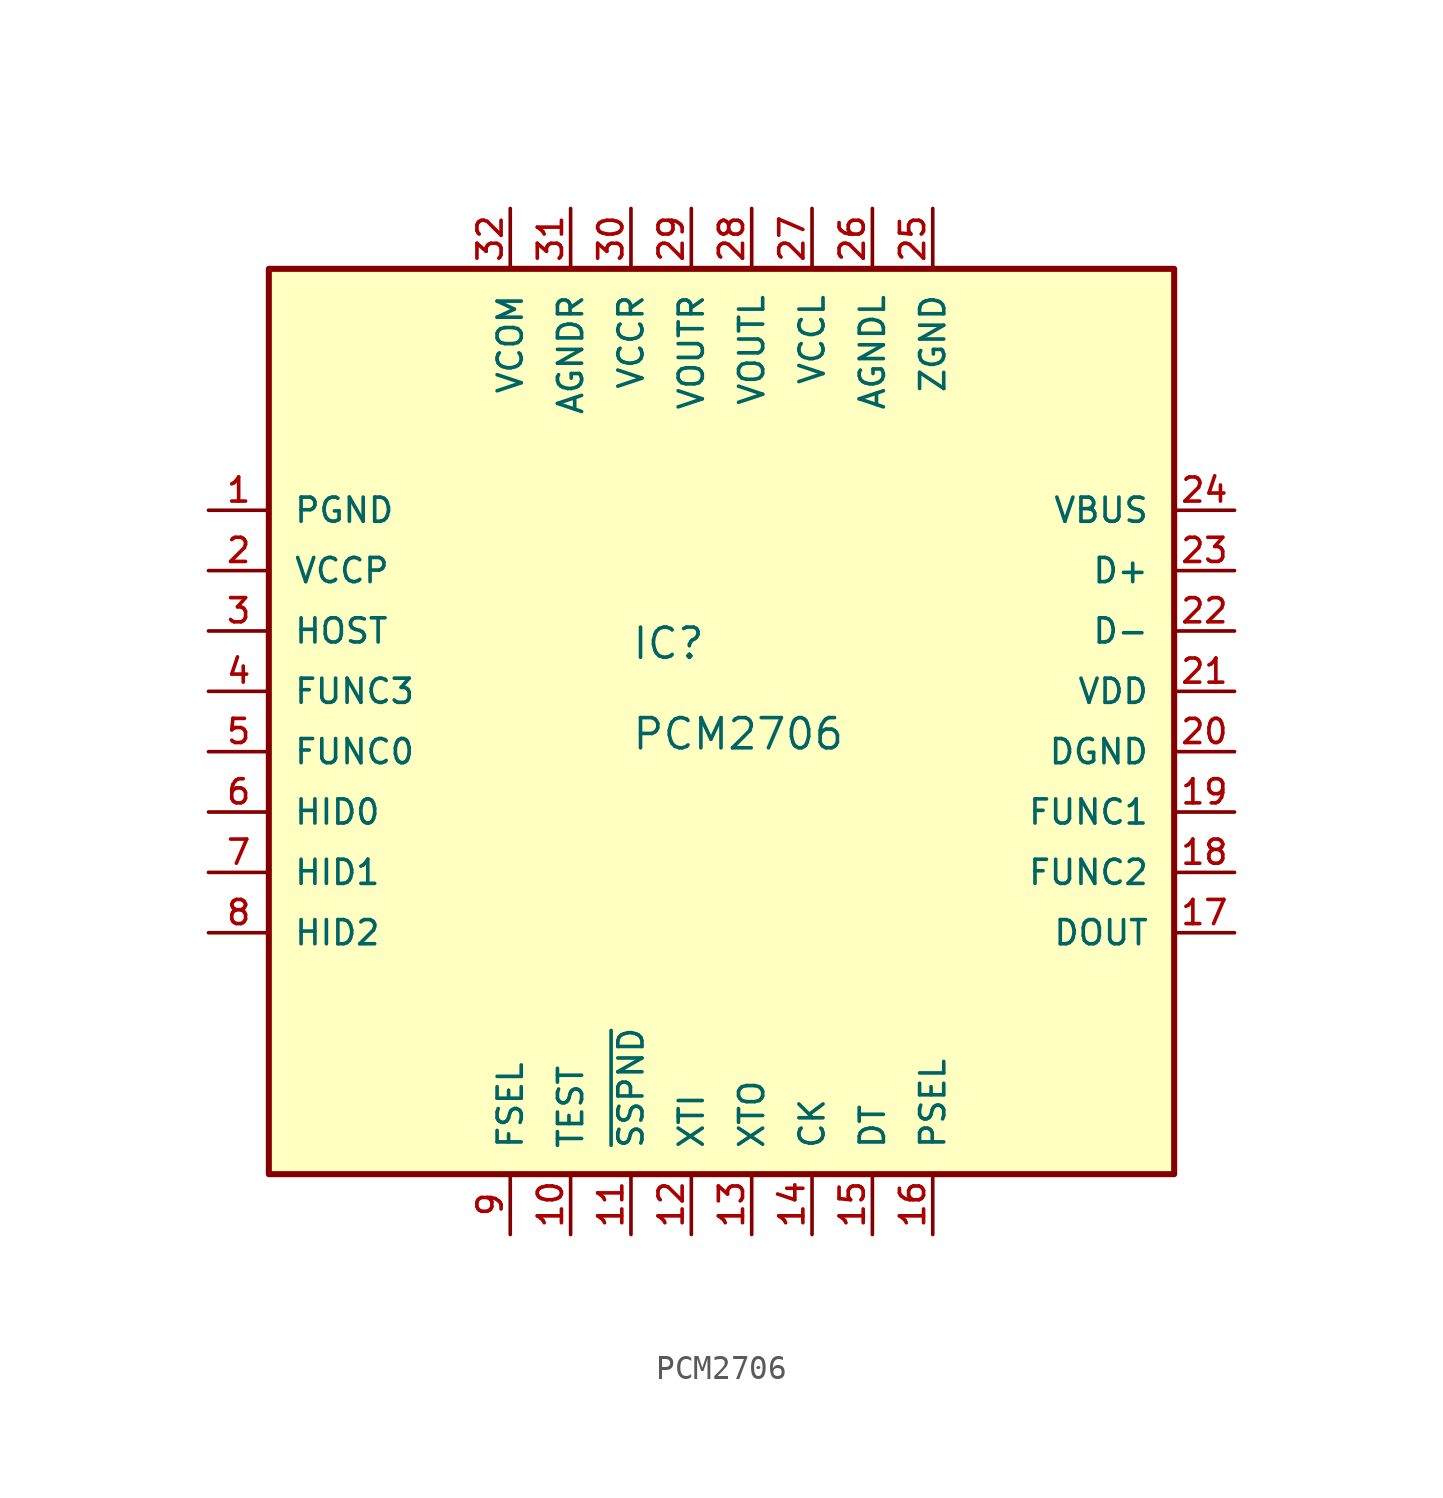
<source format=kicad_sym>
(kicad_symbol_lib
  (version 20211014)
  (generator kicad_symbol_editor)
  (symbol "PCM2706"
    (pin_names
      (offset 1.016))
    (property "Reference" "IC"
      (at -5.08 1.27 0)
      (effects (font (size 1.27 1.27)) (justify bottom left)))
    (property "Value" "PCM2706"
      (at -5.08 -2.54 0)
      (effects (font (size 1.27 1.27)) (justify bottom left)))
    (symbol "PCM2706_0_0"
      (rectangle (start -20.32 -20.32) (end 17.78 17.78) (stroke (width 0.254)) (fill (type background)))
      (pin power_in line (at -22.86 7.62 0) (length 2.54) (name "PGND" (effects (font (size 1.016 1.016)))) (number "1" (effects (font (size 1.016 1.016)))))
      (pin power_in line (at -22.86 5.08 0) (length 2.54) (name "VCCP" (effects (font (size 1.016 1.016)))) (number "2" (effects (font (size 1.016 1.016)))))
      (pin input line (at -22.86 2.54 0) (length 2.54) (name "HOST" (effects (font (size 1.016 1.016)))) (number "3" (effects (font (size 1.016 1.016)))))
      (pin input line (at -22.86 0.0 0) (length 2.54) (name "FUNC3" (effects (font (size 1.016 1.016)))) (number "4" (effects (font (size 1.016 1.016)))))
      (pin bidirectional line (at -22.86 -2.54 0) (length 2.54) (name "FUNC0" (effects (font (size 1.016 1.016)))) (number "5" (effects (font (size 1.016 1.016)))))
      (pin input line (at -22.86 -5.08 0) (length 2.54) (name "HID0" (effects (font (size 1.016 1.016)))) (number "6" (effects (font (size 1.016 1.016)))))
      (pin input line (at -22.86 -7.62 0) (length 2.54) (name "HID1" (effects (font (size 1.016 1.016)))) (number "7" (effects (font (size 1.016 1.016)))))
      (pin input line (at -22.86 -10.16 0) (length 2.54) (name "HID2" (effects (font (size 1.016 1.016)))) (number "8" (effects (font (size 1.016 1.016)))))
      (pin input line (at -10.16 -22.86 90.0) (length 2.54) (name "FSEL" (effects (font (size 1.016 1.016)))) (number "9" (effects (font (size 1.016 1.016)))))
      (pin input line (at -7.62 -22.86 90.0) (length 2.54) (name "TEST" (effects (font (size 1.016 1.016)))) (number "10" (effects (font (size 1.016 1.016)))))
      (pin output line (at -5.08 -22.86 90.0) (length 2.54) (name "~{SSPND}" (effects (font (size 1.016 1.016)))) (number "11" (effects (font (size 1.016 1.016)))))
      (pin input line (at -2.54 -22.86 90.0) (length 2.54) (name "XTI" (effects (font (size 1.016 1.016)))) (number "12" (effects (font (size 1.016 1.016)))))
      (pin output line (at 0.0 -22.86 90.0) (length 2.54) (name "XTO" (effects (font (size 1.016 1.016)))) (number "13" (effects (font (size 1.016 1.016)))))
      (pin output line (at 2.54 -22.86 90.0) (length 2.54) (name "CK" (effects (font (size 1.016 1.016)))) (number "14" (effects (font (size 1.016 1.016)))))
      (pin bidirectional line (at 5.08 -22.86 90.0) (length 2.54) (name "DT" (effects (font (size 1.016 1.016)))) (number "15" (effects (font (size 1.016 1.016)))))
      (pin input line (at 7.62 -22.86 90.0) (length 2.54) (name "PSEL" (effects (font (size 1.016 1.016)))) (number "16" (effects (font (size 1.016 1.016)))))
      (pin output line (at 20.32 -10.16 180.0) (length 2.54) (name "DOUT" (effects (font (size 1.016 1.016)))) (number "17" (effects (font (size 1.016 1.016)))))
      (pin bidirectional line (at 20.32 -7.62 180.0) (length 2.54) (name "FUNC2" (effects (font (size 1.016 1.016)))) (number "18" (effects (font (size 1.016 1.016)))))
      (pin bidirectional line (at 20.32 -5.08 180.0) (length 2.54) (name "FUNC1" (effects (font (size 1.016 1.016)))) (number "19" (effects (font (size 1.016 1.016)))))
      (pin power_in line (at 20.32 -2.54 180.0) (length 2.54) (name "DGND" (effects (font (size 1.016 1.016)))) (number "20" (effects (font (size 1.016 1.016)))))
      (pin power_in line (at 20.32 0.0 180.0) (length 2.54) (name "VDD" (effects (font (size 1.016 1.016)))) (number "21" (effects (font (size 1.016 1.016)))))
      (pin bidirectional line (at 20.32 2.54 180.0) (length 2.54) (name "D-" (effects (font (size 1.016 1.016)))) (number "22" (effects (font (size 1.016 1.016)))))
      (pin bidirectional line (at 20.32 5.08 180.0) (length 2.54) (name "D+" (effects (font (size 1.016 1.016)))) (number "23" (effects (font (size 1.016 1.016)))))
      (pin power_in line (at 20.32 7.62 180.0) (length 2.54) (name "VBUS" (effects (font (size 1.016 1.016)))) (number "24" (effects (font (size 1.016 1.016)))))
      (pin power_in line (at 7.62 20.32 270.0) (length 2.54) (name "ZGND" (effects (font (size 1.016 1.016)))) (number "25" (effects (font (size 1.016 1.016)))))
      (pin power_in line (at 5.08 20.32 270.0) (length 2.54) (name "AGNDL" (effects (font (size 1.016 1.016)))) (number "26" (effects (font (size 1.016 1.016)))))
      (pin power_in line (at 2.54 20.32 270.0) (length 2.54) (name "VCCL" (effects (font (size 1.016 1.016)))) (number "27" (effects (font (size 1.016 1.016)))))
      (pin output line (at 0.0 20.32 270.0) (length 2.54) (name "VOUTL" (effects (font (size 1.016 1.016)))) (number "28" (effects (font (size 1.016 1.016)))))
      (pin output line (at -2.54 20.32 270.0) (length 2.54) (name "VOUTR" (effects (font (size 1.016 1.016)))) (number "29" (effects (font (size 1.016 1.016)))))
      (pin power_in line (at -5.08 20.32 270.0) (length 2.54) (name "VCCR" (effects (font (size 1.016 1.016)))) (number "30" (effects (font (size 1.016 1.016)))))
      (pin power_in line (at -7.62 20.32 270.0) (length 2.54) (name "AGNDR" (effects (font (size 1.016 1.016)))) (number "31" (effects (font (size 1.016 1.016)))))
      (pin power_in line (at -10.16 20.32 270.0) (length 2.54) (name "VCOM" (effects (font (size 1.016 1.016)))) (number "32" (effects (font (size 1.016 1.016))))))))
</source>
